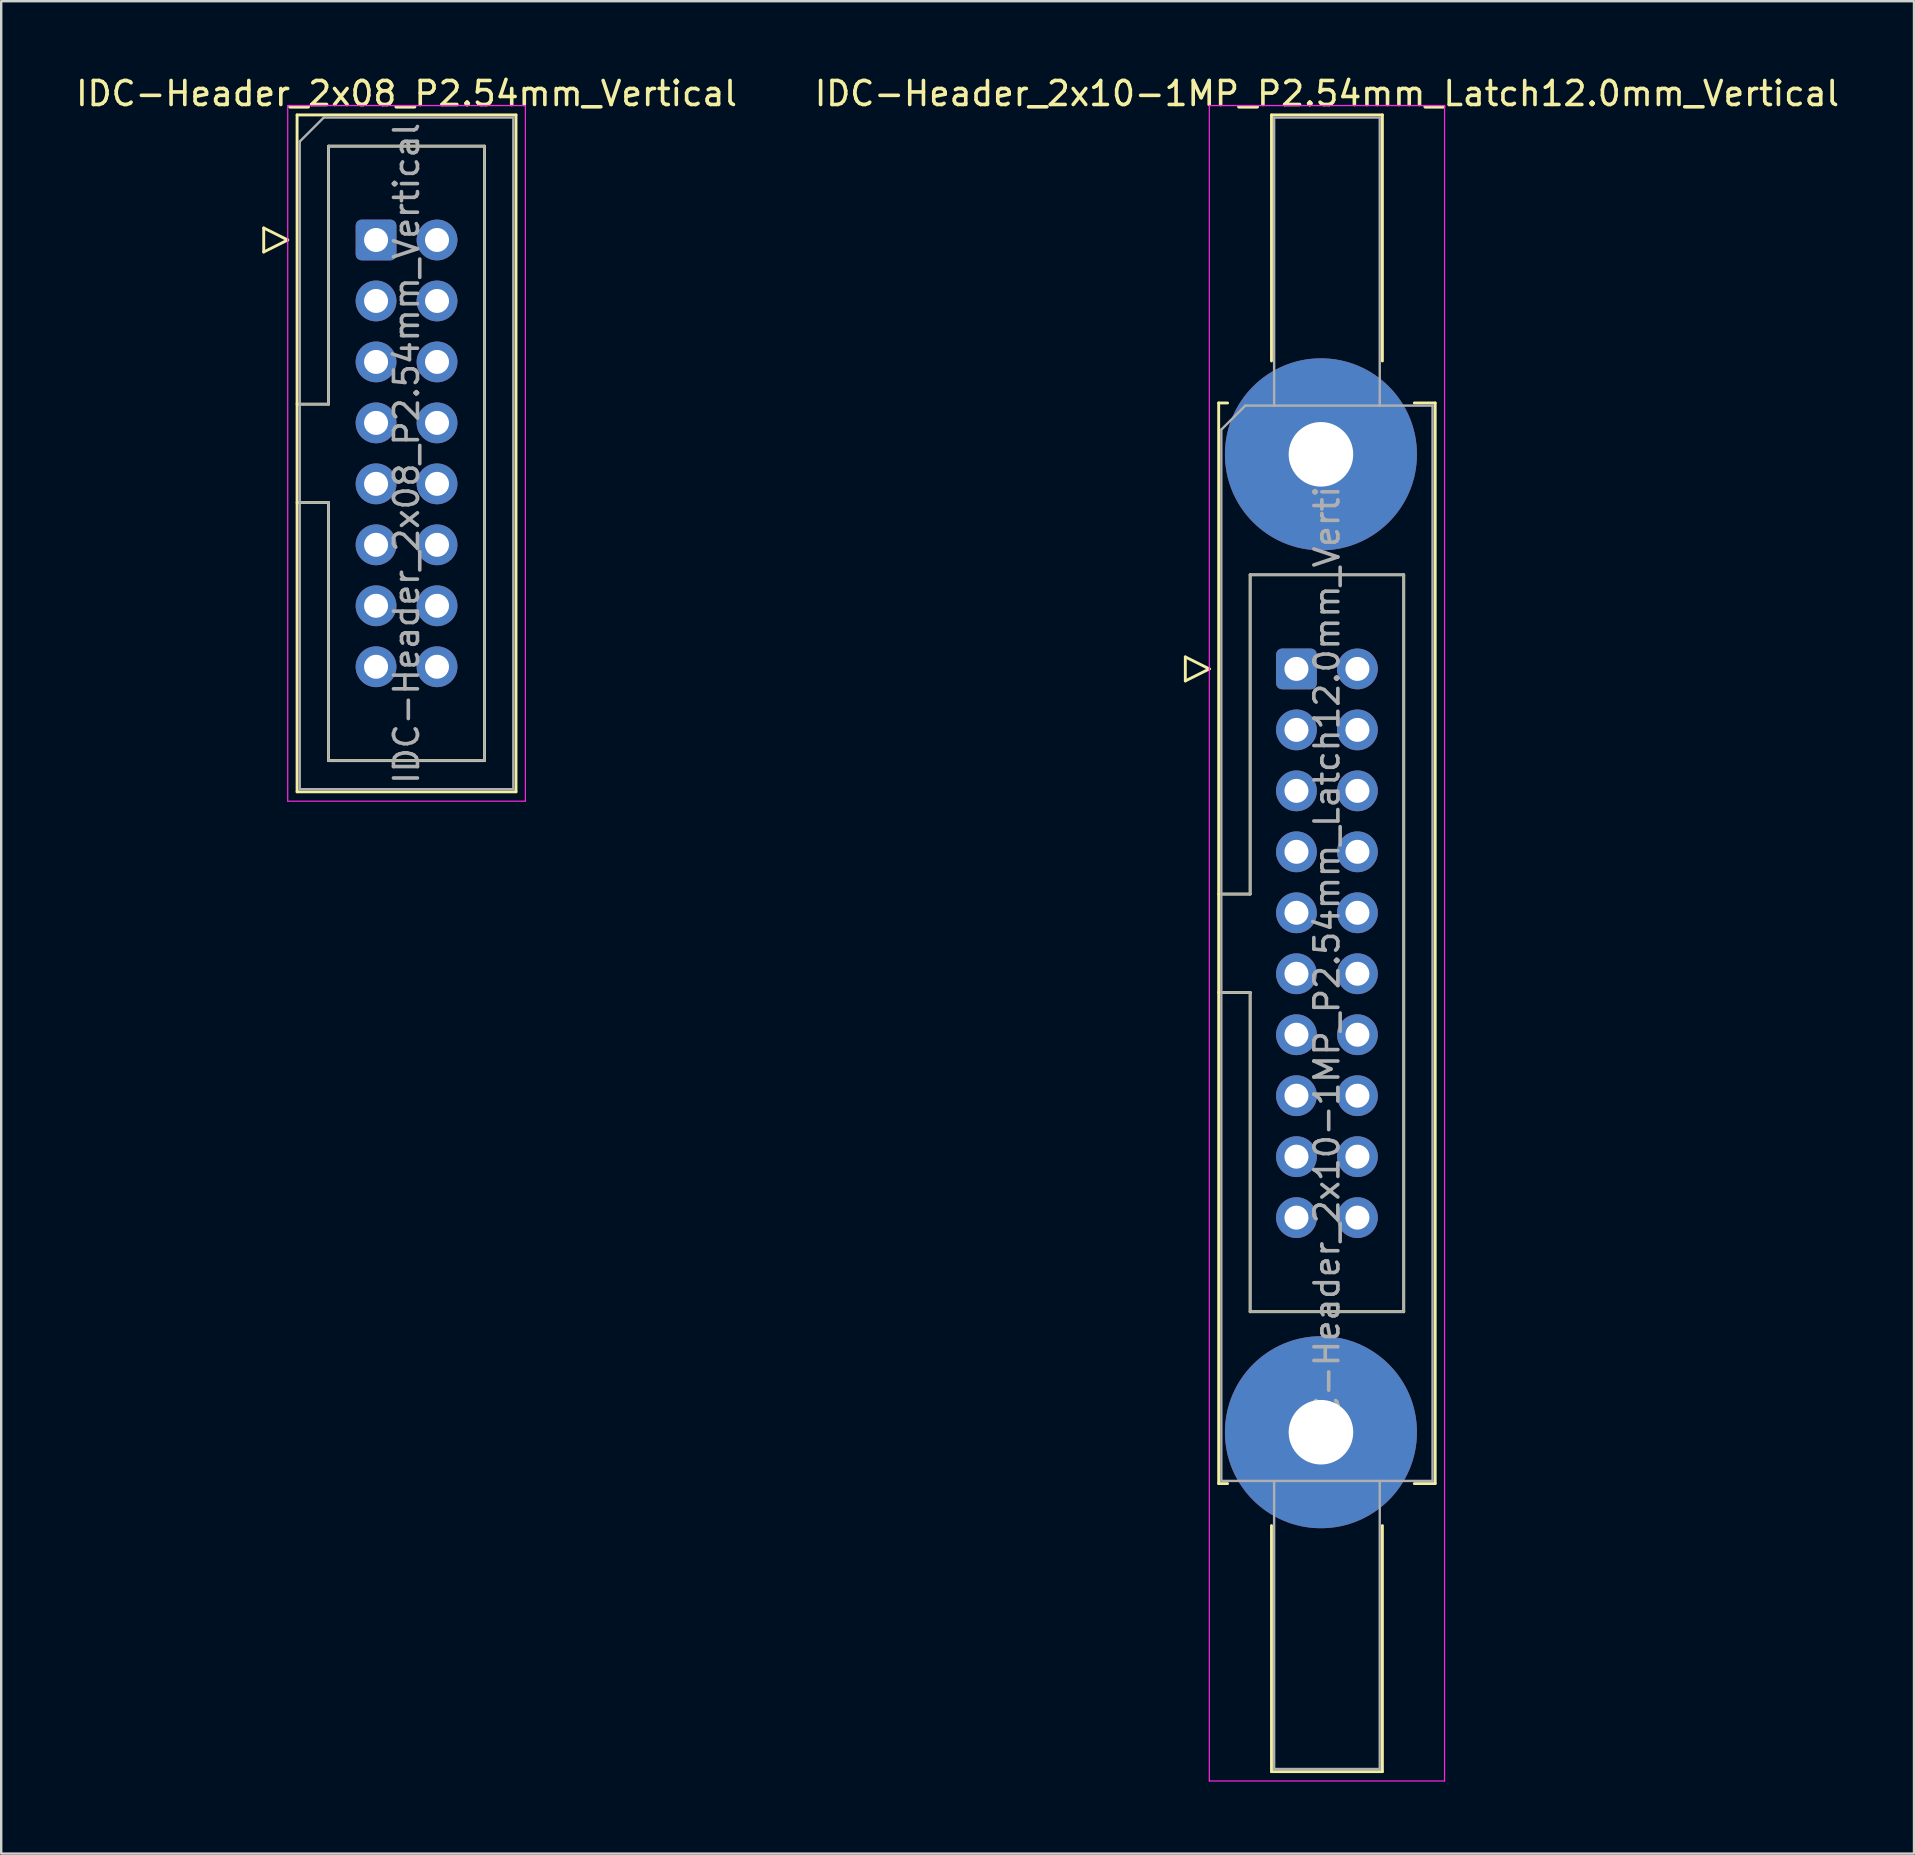
<source format=kicad_pcb>
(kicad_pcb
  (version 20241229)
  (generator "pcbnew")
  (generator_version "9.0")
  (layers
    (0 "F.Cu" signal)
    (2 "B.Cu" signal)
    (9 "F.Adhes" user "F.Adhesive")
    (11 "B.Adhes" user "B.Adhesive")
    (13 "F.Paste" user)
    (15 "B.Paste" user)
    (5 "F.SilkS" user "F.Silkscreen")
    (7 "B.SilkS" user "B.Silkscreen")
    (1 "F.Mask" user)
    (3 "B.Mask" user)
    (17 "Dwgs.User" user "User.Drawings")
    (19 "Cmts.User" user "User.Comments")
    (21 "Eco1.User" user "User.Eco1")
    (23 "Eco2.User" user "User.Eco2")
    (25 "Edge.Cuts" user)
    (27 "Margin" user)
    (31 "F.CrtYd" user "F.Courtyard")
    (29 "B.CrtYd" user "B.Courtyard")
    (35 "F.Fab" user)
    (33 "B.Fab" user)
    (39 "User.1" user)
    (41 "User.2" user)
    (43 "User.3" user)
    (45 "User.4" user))
  (footprint "IDC-Header_2x10-1MP_P2.54mm_Latch12.0mm_Vertical"
    (layer "F.Cu")
    (at 50.962 24.818)
    (property "Reference" "IDC-Header_2x10-1MP_P2.54mm_Latch12.0mm_Vertical" (at 1.27 -23.97 0) (layer "F.SilkS") (effects (font (size 1 1) (thickness 0.15))))
    (attr through_hole)
    (fp_line (start -4.63 -0.5) (end -4.63 0.5) (stroke (width 0.12) (type solid)) (layer "F.SilkS"))
    (fp_line (start -4.63 0.5) (end -3.63 0) (stroke (width 0.12) (type solid)) (layer "F.SilkS"))
    (fp_line (start -3.63 0) (end -4.63 -0.5) (stroke (width 0.12) (type solid)) (layer "F.SilkS"))
    (fp_line (start -3.24 -11.08) (end -3.24 33.94) (stroke (width 0.12) (type solid)) (layer "F.SilkS"))
    (fp_line (start -3.24 9.38) (end -1.93 9.38) (stroke (width 0.12) (type solid)) (layer "F.SilkS"))
    (fp_line (start -3.24 33.94) (end -2.87 33.94) (stroke (width 0.12) (type solid)) (layer "F.SilkS"))
    (fp_line (start -2.87 -11.08) (end -3.24 -11.08) (stroke (width 0.12) (type solid)) (layer "F.SilkS"))
    (fp_line (start -1.93 -3.92) (end 4.47 -3.92) (stroke (width 0.12) (type solid)) (layer "F.SilkS"))
    (fp_line (start -1.93 9.38) (end -1.93 -3.92) (stroke (width 0.12) (type solid)) (layer "F.SilkS"))
    (fp_line (start -1.93 13.48) (end -3.24 13.48) (stroke (width 0.12) (type solid)) (layer "F.SilkS"))
    (fp_line (start -1.93 13.48) (end -1.93 13.48) (stroke (width 0.12) (type solid)) (layer "F.SilkS"))
    (fp_line (start -1.93 26.78) (end -1.93 13.48) (stroke (width 0.12) (type solid)) (layer "F.SilkS"))
    (fp_line (start -1.04 -23.08) (end 3.58 -23.08) (stroke (width 0.12) (type solid)) (layer "F.SilkS"))
    (fp_line (start -1.04 -12.83) (end -1.04 -23.08) (stroke (width 0.12) (type solid)) (layer "F.SilkS"))
    (fp_line (start -1.04 35.69) (end -1.04 45.94) (stroke (width 0.12) (type solid)) (layer "F.SilkS"))
    (fp_line (start -1.04 45.94) (end 3.58 45.94) (stroke (width 0.12) (type solid)) (layer "F.SilkS"))
    (fp_line (start 3.58 -23.08) (end 3.58 -12.83) (stroke (width 0.12) (type solid)) (layer "F.SilkS"))
    (fp_line (start 3.58 45.94) (end 3.58 35.69) (stroke (width 0.12) (type solid)) (layer "F.SilkS"))
    (fp_line (start 4.47 -3.92) (end 4.47 26.78) (stroke (width 0.12) (type solid)) (layer "F.SilkS"))
    (fp_line (start 4.47 26.78) (end -1.93 26.78) (stroke (width 0.12) (type solid)) (layer "F.SilkS"))
    (fp_line (start 4.91 -11.08) (end 5.78 -11.08) (stroke (width 0.12) (type solid)) (layer "F.SilkS"))
    (fp_line (start 5.78 -11.08) (end 5.78 33.94) (stroke (width 0.12) (type solid)) (layer "F.SilkS"))
    (fp_line (start 5.78 33.94) (end 4.91 33.94) (stroke (width 0.12) (type solid)) (layer "F.SilkS"))
    (fp_line (start -3.63 -23.47) (end -3.63 46.33) (stroke (width 0.05) (type solid)) (layer "F.CrtYd"))
    (fp_line (start -3.63 46.33) (end 6.17 46.33) (stroke (width 0.05) (type solid)) (layer "F.CrtYd"))
    (fp_line (start 6.17 -23.47) (end -3.63 -23.47) (stroke (width 0.05) (type solid)) (layer "F.CrtYd"))
    (fp_line (start 6.17 46.33) (end 6.17 -23.47) (stroke (width 0.05) (type solid)) (layer "F.CrtYd"))
    (fp_line (start -3.13 -9.97) (end -2.13 -10.97) (stroke (width 0.1) (type solid)) (layer "F.Fab"))
    (fp_line (start -3.13 9.38) (end -1.93 9.38) (stroke (width 0.1) (type solid)) (layer "F.Fab"))
    (fp_line (start -3.13 33.83) (end -3.13 -9.97) (stroke (width 0.1) (type solid)) (layer "F.Fab"))
    (fp_line (start -2.13 -10.97) (end 5.67 -10.97) (stroke (width 0.1) (type solid)) (layer "F.Fab"))
    (fp_line (start -1.93 -3.92) (end 4.47 -3.92) (stroke (width 0.1) (type solid)) (layer "F.Fab"))
    (fp_line (start -1.93 9.38) (end -1.93 -3.92) (stroke (width 0.1) (type solid)) (layer "F.Fab"))
    (fp_line (start -1.93 13.48) (end -3.13 13.48) (stroke (width 0.1) (type solid)) (layer "F.Fab"))
    (fp_line (start -1.93 13.48) (end -1.93 13.48) (stroke (width 0.1) (type solid)) (layer "F.Fab"))
    (fp_line (start -1.93 26.78) (end -1.93 13.48) (stroke (width 0.1) (type solid)) (layer "F.Fab"))
    (fp_line (start -0.93 -22.97) (end 3.47 -22.97) (stroke (width 0.1) (type solid)) (layer "F.Fab"))
    (fp_line (start -0.93 -10.97) (end -0.93 -22.97) (stroke (width 0.1) (type solid)) (layer "F.Fab"))
    (fp_line (start -0.93 33.83) (end -0.93 45.83) (stroke (width 0.1) (type solid)) (layer "F.Fab"))
    (fp_line (start -0.93 45.83) (end 3.47 45.83) (stroke (width 0.1) (type solid)) (layer "F.Fab"))
    (fp_line (start 3.47 -22.97) (end 3.47 -10.97) (stroke (width 0.1) (type solid)) (layer "F.Fab"))
    (fp_line (start 3.47 45.83) (end 3.47 33.83) (stroke (width 0.1) (type solid)) (layer "F.Fab"))
    (fp_line (start 4.47 -3.92) (end 4.47 26.78) (stroke (width 0.1) (type solid)) (layer "F.Fab"))
    (fp_line (start 4.47 26.78) (end -1.93 26.78) (stroke (width 0.1) (type solid)) (layer "F.Fab"))
    (fp_line (start 5.67 -10.97) (end 5.67 33.83) (stroke (width 0.1) (type solid)) (layer "F.Fab"))
    (fp_line (start 5.67 33.83) (end -3.13 33.83) (stroke (width 0.1) (type solid)) (layer "F.Fab"))
    (fp_text user "${REFERENCE}" (at 1.27 11.43 90) (layer "F.Fab") (effects (font (size 1 1) (thickness 0.15))))
    (pad "1" thru_hole roundrect (at 0 0) (size 1.7 1.7) (drill 1) (layers "*.Cu" "*.Mask") (roundrect_rratio 0.147))
    (pad "2" thru_hole circle (at 2.54 0) (size 1.7 1.7) (drill 1) (layers "*.Cu" "*.Mask"))
    (pad "3" thru_hole circle (at 0 2.54) (size 1.7 1.7) (drill 1) (layers "*.Cu" "*.Mask"))
    (pad "4" thru_hole circle (at 2.54 2.54) (size 1.7 1.7) (drill 1) (layers "*.Cu" "*.Mask"))
    (pad "5" thru_hole circle (at 0 5.08) (size 1.7 1.7) (drill 1) (layers "*.Cu" "*.Mask"))
    (pad "6" thru_hole circle (at 2.54 5.08) (size 1.7 1.7) (drill 1) (layers "*.Cu" "*.Mask"))
    (pad "7" thru_hole circle (at 0 7.62) (size 1.7 1.7) (drill 1) (layers "*.Cu" "*.Mask"))
    (pad "8" thru_hole circle (at 2.54 7.62) (size 1.7 1.7) (drill 1) (layers "*.Cu" "*.Mask"))
    (pad "9" thru_hole circle (at 0 10.16) (size 1.7 1.7) (drill 1) (layers "*.Cu" "*.Mask"))
    (pad "10" thru_hole circle (at 2.54 10.16) (size 1.7 1.7) (drill 1) (layers "*.Cu" "*.Mask"))
    (pad "11" thru_hole circle (at 0 12.7) (size 1.7 1.7) (drill 1) (layers "*.Cu" "*.Mask"))
    (pad "12" thru_hole circle (at 2.54 12.7) (size 1.7 1.7) (drill 1) (layers "*.Cu" "*.Mask"))
    (pad "13" thru_hole circle (at 0 15.24) (size 1.7 1.7) (drill 1) (layers "*.Cu" "*.Mask"))
    (pad "14" thru_hole circle (at 2.54 15.24) (size 1.7 1.7) (drill 1) (layers "*.Cu" "*.Mask"))
    (pad "15" thru_hole circle (at 0 17.78) (size 1.7 1.7) (drill 1) (layers "*.Cu" "*.Mask"))
    (pad "16" thru_hole circle (at 2.54 17.78) (size 1.7 1.7) (drill 1) (layers "*.Cu" "*.Mask"))
    (pad "17" thru_hole circle (at 0 20.32) (size 1.7 1.7) (drill 1) (layers "*.Cu" "*.Mask"))
    (pad "18" thru_hole circle (at 2.54 20.32) (size 1.7 1.7) (drill 1) (layers "*.Cu" "*.Mask"))
    (pad "19" thru_hole circle (at 0 22.86) (size 1.7 1.7) (drill 1) (layers "*.Cu" "*.Mask"))
    (pad "20" thru_hole circle (at 2.54 22.86) (size 1.7 1.7) (drill 1) (layers "*.Cu" "*.Mask"))
    (pad "MP" thru_hole circle (at 1.02 -8.94) (size 8 8) (drill 2.69) (layers "*.Cu" "*.Mask"))
    (pad "MP" thru_hole circle (at 1.02 31.8) (size 8 8) (drill 2.69) (layers "*.Cu" "*.Mask")))
  (footprint "IDC-Header_2x08_P2.54mm_Vertical"
    (layer "F.Cu")
    (at 12.617 6.948)
    (property "Reference" "IDC-Header_2x08_P2.54mm_Vertical" (at 1.27 -6.1 0) (layer "F.SilkS") (effects (font (size 1 1) (thickness 0.15))))
    (attr through_hole)
    (fp_line (start -4.68 -0.5) (end -4.68 0.5) (stroke (width 0.12) (type solid)) (layer "F.SilkS"))
    (fp_line (start -4.68 0.5) (end -3.68 0) (stroke (width 0.12) (type solid)) (layer "F.SilkS"))
    (fp_line (start -3.68 0) (end -4.68 -0.5) (stroke (width 0.12) (type solid)) (layer "F.SilkS"))
    (fp_line (start -3.29 -5.21) (end 5.83 -5.21) (stroke (width 0.12) (type solid)) (layer "F.SilkS"))
    (fp_line (start -3.29 6.84) (end -1.98 6.84) (stroke (width 0.12) (type solid)) (layer "F.SilkS"))
    (fp_line (start -3.29 22.99) (end -3.29 -5.21) (stroke (width 0.12) (type solid)) (layer "F.SilkS"))
    (fp_line (start -1.98 -3.91) (end 4.52 -3.91) (stroke (width 0.12) (type solid)) (layer "F.SilkS"))
    (fp_line (start -1.98 6.84) (end -1.98 -3.91) (stroke (width 0.12) (type solid)) (layer "F.SilkS"))
    (fp_line (start -1.98 10.94) (end -3.29 10.94) (stroke (width 0.12) (type solid)) (layer "F.SilkS"))
    (fp_line (start -1.98 10.94) (end -1.98 10.94) (stroke (width 0.12) (type solid)) (layer "F.SilkS"))
    (fp_line (start -1.98 21.69) (end -1.98 10.94) (stroke (width 0.12) (type solid)) (layer "F.SilkS"))
    (fp_line (start 4.52 -3.91) (end 4.52 21.69) (stroke (width 0.12) (type solid)) (layer "F.SilkS"))
    (fp_line (start 4.52 21.69) (end -1.98 21.69) (stroke (width 0.12) (type solid)) (layer "F.SilkS"))
    (fp_line (start 5.83 -5.21) (end 5.83 22.99) (stroke (width 0.12) (type solid)) (layer "F.SilkS"))
    (fp_line (start 5.83 22.99) (end -3.29 22.99) (stroke (width 0.12) (type solid)) (layer "F.SilkS"))
    (fp_line (start -3.68 -5.6) (end -3.68 23.38) (stroke (width 0.05) (type solid)) (layer "F.CrtYd"))
    (fp_line (start -3.68 23.38) (end 6.22 23.38) (stroke (width 0.05) (type solid)) (layer "F.CrtYd"))
    (fp_line (start 6.22 -5.6) (end -3.68 -5.6) (stroke (width 0.05) (type solid)) (layer "F.CrtYd"))
    (fp_line (start 6.22 23.38) (end 6.22 -5.6) (stroke (width 0.05) (type solid)) (layer "F.CrtYd"))
    (fp_line (start -3.18 -4.1) (end -2.18 -5.1) (stroke (width 0.1) (type solid)) (layer "F.Fab"))
    (fp_line (start -3.18 6.84) (end -1.98 6.84) (stroke (width 0.1) (type solid)) (layer "F.Fab"))
    (fp_line (start -3.18 22.88) (end -3.18 -4.1) (stroke (width 0.1) (type solid)) (layer "F.Fab"))
    (fp_line (start -2.18 -5.1) (end 5.72 -5.1) (stroke (width 0.1) (type solid)) (layer "F.Fab"))
    (fp_line (start -1.98 -3.91) (end 4.52 -3.91) (stroke (width 0.1) (type solid)) (layer "F.Fab"))
    (fp_line (start -1.98 6.84) (end -1.98 -3.91) (stroke (width 0.1) (type solid)) (layer "F.Fab"))
    (fp_line (start -1.98 10.94) (end -3.18 10.94) (stroke (width 0.1) (type solid)) (layer "F.Fab"))
    (fp_line (start -1.98 10.94) (end -1.98 10.94) (stroke (width 0.1) (type solid)) (layer "F.Fab"))
    (fp_line (start -1.98 21.69) (end -1.98 10.94) (stroke (width 0.1) (type solid)) (layer "F.Fab"))
    (fp_line (start 4.52 -3.91) (end 4.52 21.69) (stroke (width 0.1) (type solid)) (layer "F.Fab"))
    (fp_line (start 4.52 21.69) (end -1.98 21.69) (stroke (width 0.1) (type solid)) (layer "F.Fab"))
    (fp_line (start 5.72 -5.1) (end 5.72 22.88) (stroke (width 0.1) (type solid)) (layer "F.Fab"))
    (fp_line (start 5.72 22.88) (end -3.18 22.88) (stroke (width 0.1) (type solid)) (layer "F.Fab"))
    (fp_text user "${REFERENCE}" (at 1.27 8.89 90) (layer "F.Fab") (effects (font (size 1 1) (thickness 0.15))))
    (pad "1" thru_hole roundrect (at 0 0) (size 1.7 1.7) (drill 1) (layers "*.Cu" "*.Mask") (roundrect_rratio 0.147))
    (pad "2" thru_hole circle (at 2.54 0) (size 1.7 1.7) (drill 1) (layers "*.Cu" "*.Mask"))
    (pad "3" thru_hole circle (at 0 2.54) (size 1.7 1.7) (drill 1) (layers "*.Cu" "*.Mask"))
    (pad "4" thru_hole circle (at 2.54 2.54) (size 1.7 1.7) (drill 1) (layers "*.Cu" "*.Mask"))
    (pad "5" thru_hole circle (at 0 5.08) (size 1.7 1.7) (drill 1) (layers "*.Cu" "*.Mask"))
    (pad "6" thru_hole circle (at 2.54 5.08) (size 1.7 1.7) (drill 1) (layers "*.Cu" "*.Mask"))
    (pad "7" thru_hole circle (at 0 7.62) (size 1.7 1.7) (drill 1) (layers "*.Cu" "*.Mask"))
    (pad "8" thru_hole circle (at 2.54 7.62) (size 1.7 1.7) (drill 1) (layers "*.Cu" "*.Mask"))
    (pad "9" thru_hole circle (at 0 10.16) (size 1.7 1.7) (drill 1) (layers "*.Cu" "*.Mask"))
    (pad "10" thru_hole circle (at 2.54 10.16) (size 1.7 1.7) (drill 1) (layers "*.Cu" "*.Mask"))
    (pad "11" thru_hole circle (at 0 12.7) (size 1.7 1.7) (drill 1) (layers "*.Cu" "*.Mask"))
    (pad "12" thru_hole circle (at 2.54 12.7) (size 1.7 1.7) (drill 1) (layers "*.Cu" "*.Mask"))
    (pad "13" thru_hole circle (at 0 15.24) (size 1.7 1.7) (drill 1) (layers "*.Cu" "*.Mask"))
    (pad "14" thru_hole circle (at 2.54 15.24) (size 1.7 1.7) (drill 1) (layers "*.Cu" "*.Mask"))
    (pad "15" thru_hole circle (at 0 17.78) (size 1.7 1.7) (drill 1) (layers "*.Cu" "*.Mask"))
    (pad "16" thru_hole circle (at 2.54 17.78) (size 1.7 1.7) (drill 1) (layers "*.Cu" "*.Mask")))
  (gr_rect
    (start -3 -3)
    (end 76.69 74.173)
    (stroke (width 0.1) (type default))
    (fill no)
    (layer "Edge.Cuts")))
</source>
